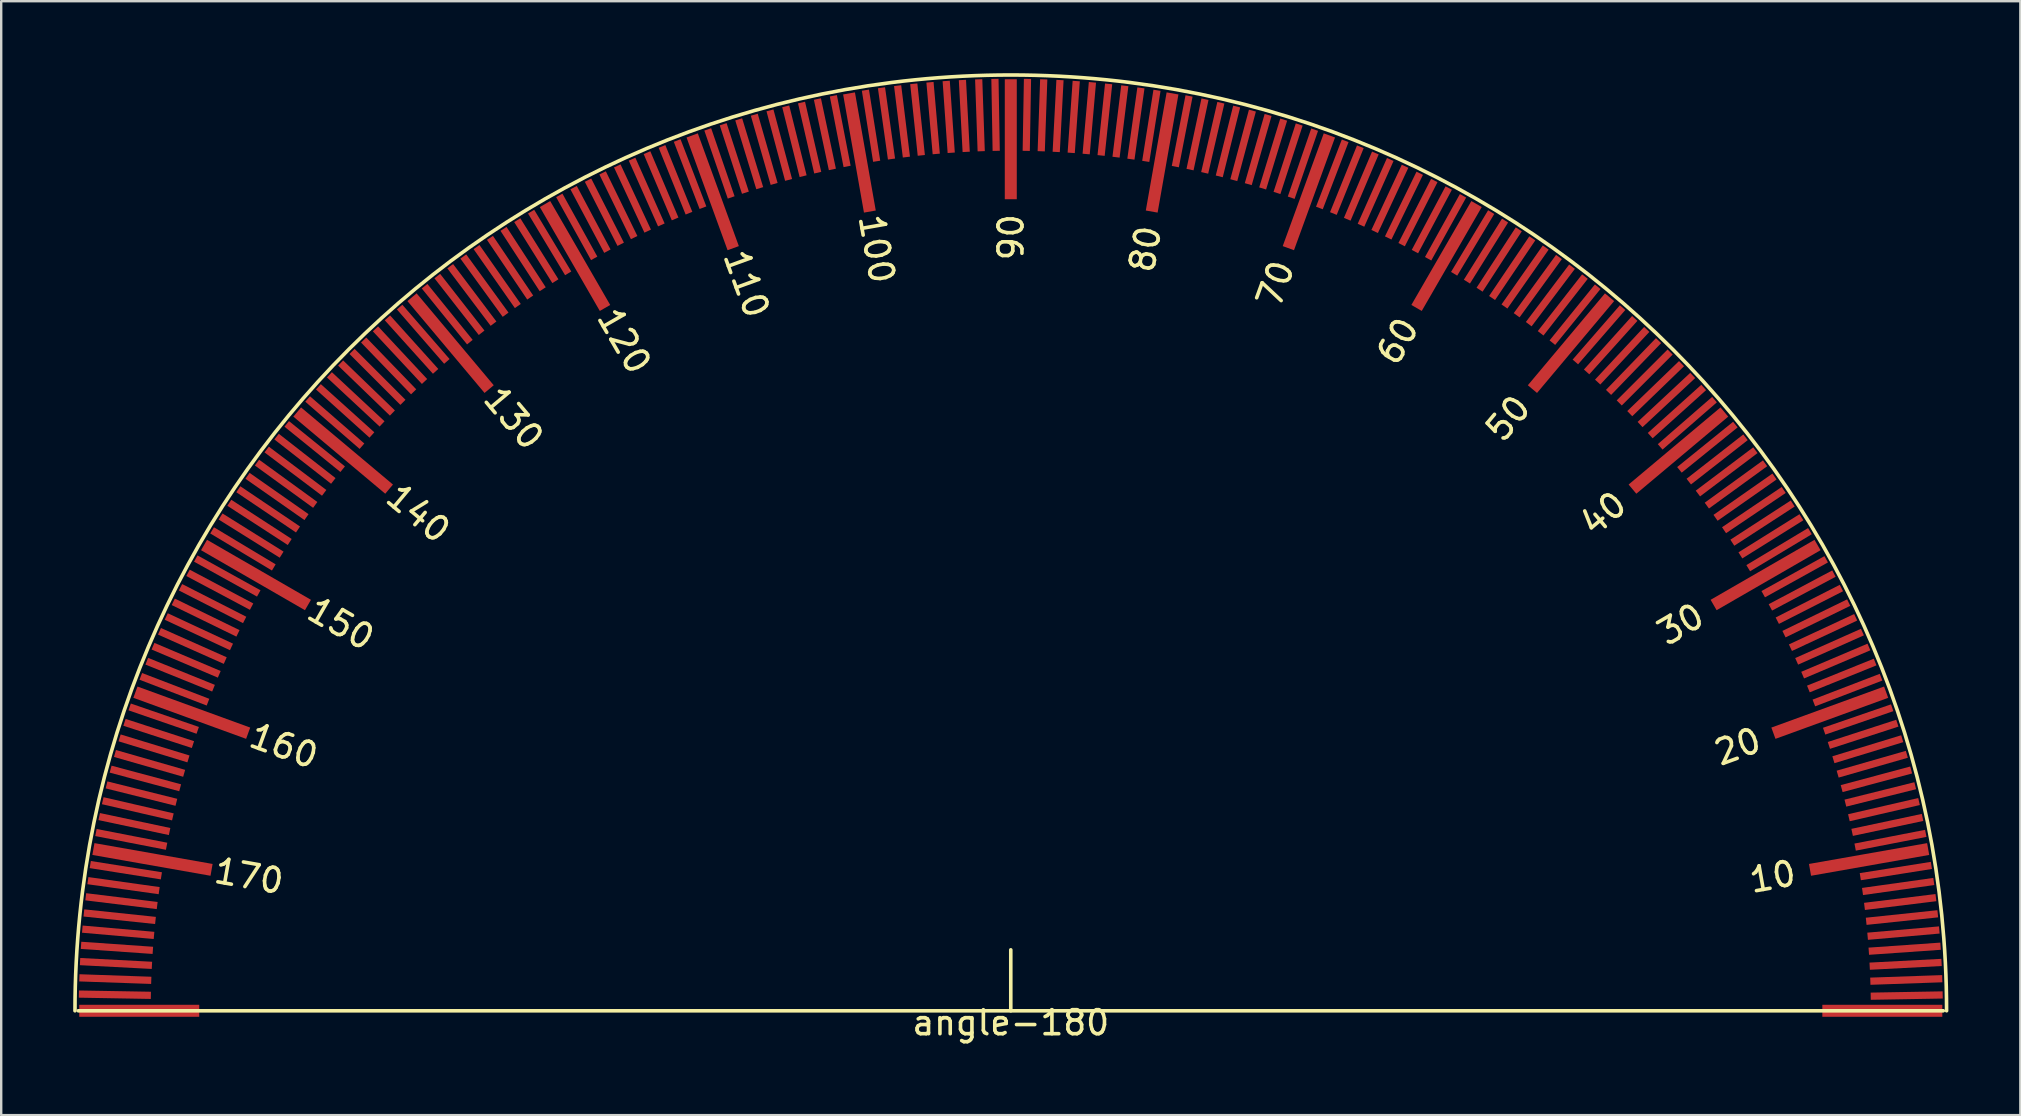
<source format=kicad_pcb>
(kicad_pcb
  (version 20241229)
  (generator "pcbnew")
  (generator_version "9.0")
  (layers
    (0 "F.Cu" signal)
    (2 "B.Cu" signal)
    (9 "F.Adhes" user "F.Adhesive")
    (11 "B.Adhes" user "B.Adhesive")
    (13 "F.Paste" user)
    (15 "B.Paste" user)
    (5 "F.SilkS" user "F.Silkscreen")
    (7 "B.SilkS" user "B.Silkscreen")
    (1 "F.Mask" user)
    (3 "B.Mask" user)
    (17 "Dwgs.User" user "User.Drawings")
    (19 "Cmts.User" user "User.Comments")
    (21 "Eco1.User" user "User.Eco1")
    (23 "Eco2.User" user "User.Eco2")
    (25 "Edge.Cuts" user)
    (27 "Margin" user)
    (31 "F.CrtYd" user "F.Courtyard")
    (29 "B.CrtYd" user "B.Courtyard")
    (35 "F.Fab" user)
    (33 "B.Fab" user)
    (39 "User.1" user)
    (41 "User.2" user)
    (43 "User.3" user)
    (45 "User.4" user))
  (footprint "angle-180"
    (layer "F.Cu")
    (at 39.075 39.075)
    (property "Reference" "angle-180" (at 0 0.5 0) (layer "F.SilkS") (effects (font (size 1 1) (thickness 0.15))))
    (attr through_hole)
    (fp_line (start 0 0) (end 0 -2.54) (stroke (width 0.15) (type solid)) (layer "F.SilkS"))
    (fp_line (start 38.862 0) (end -38.862 0) (stroke (width 0.15) (type solid)) (layer "F.SilkS"))
    (fp_arc (start -39 0) (mid 0 -39) (end 39 0) (stroke (width 0.15) (type solid)) (layer "F.SilkS"))
    (fp_text user "40" (at 24.702 -20.714 40) (layer "F.SilkS") (effects (font (size 1 1) (thickness 0.15))))
    (fp_text user "50" (at 20.73 -24.689 50) (layer "F.SilkS") (effects (font (size 1 1) (thickness 0.15))))
    (fp_text user "30" (at 27.924 -16.11 30) (layer "F.SilkS") (effects (font (size 1 1) (thickness 0.15))))
    (fp_text user "100" (at -5.588 -31.75 100) (layer "F.SilkS") (effects (font (size 1 1) (thickness 0.15))))
    (fp_text user "130" (at -20.714 -24.702 130) (layer "F.SilkS") (effects (font (size 1 1) (thickness 0.15))))
    (fp_text user "90" (at 0.01 -32.238 90) (layer "F.SilkS") (effects (font (size 1 1) (thickness 0.15))))
    (fp_text user "140" (at -24.689 -20.73 140) (layer "F.SilkS") (effects (font (size 1 1) (thickness 0.15))))
    (fp_text user "150" (at -27.914 -16.128 150) (layer "F.SilkS") (effects (font (size 1 1) (thickness 0.15))))
    (fp_text user "120" (at -16.11 -27.924 120) (layer "F.SilkS") (effects (font (size 1 1) (thickness 0.15))))
    (fp_text user "10" (at 31.75 -5.588 10) (layer "F.SilkS") (effects (font (size 1 1) (thickness 0.15))))
    (fp_text user "70" (at 11.036 -30.29 70) (layer "F.SilkS") (effects (font (size 1 1) (thickness 0.15))))
    (fp_text user "20" (at 30.297 -11.016 20) (layer "F.SilkS") (effects (font (size 1 1) (thickness 0.15))))
    (fp_text user "170" (at -31.746 -5.608 170) (layer "F.SilkS") (effects (font (size 1 1) (thickness 0.15))))
    (fp_text user "160" (at -30.29 -11.036 160) (layer "F.SilkS") (effects (font (size 1 1) (thickness 0.15))))
    (fp_text user "80" (at 5.608 -31.746 80) (layer "F.SilkS") (effects (font (size 1 1) (thickness 0.15))))
    (fp_text user "60" (at 16.128 -27.914 60) (layer "F.SilkS") (effects (font (size 1 1) (thickness 0.15))))
    (fp_text user "110" (at -11.016 -30.297 110) (layer "F.SilkS") (effects (font (size 1 1) (thickness 0.15))))
    (pad "2" smd rect (at 36.322 0) (size 5 0.5) (layers "F.Cu" "F.Mask" "F.Paste"))
    (pad "3" smd rect (at -36.322 0 180) (size 5 0.5) (layers "F.Cu" "F.Mask" "F.Paste"))
    (pad "3" smd rect (at -35.77 -6.307 170) (size 5 0.5) (layers "F.Cu" "F.Mask" "F.Paste"))
    (pad "3" smd rect (at -34.132 -12.423 160) (size 5 0.5) (layers "F.Cu" "F.Mask" "F.Paste"))
    (pad "3" smd rect (at -31.456 -18.161 150) (size 5 0.5) (layers "F.Cu" "F.Mask" "F.Paste"))
    (pad "3" smd rect (at -27.824 -23.347 140) (size 5 0.5) (layers "F.Cu" "F.Mask" "F.Paste"))
    (pad "3" smd rect (at -23.347 -27.824 130) (size 5 0.5) (layers "F.Cu" "F.Mask" "F.Paste"))
    (pad "3" smd rect (at -18.161 -31.456 120) (size 5 0.5) (layers "F.Cu" "F.Mask" "F.Paste"))
    (pad "3" smd rect (at -12.423 -34.132 110) (size 5 0.5) (layers "F.Cu" "F.Mask" "F.Paste"))
    (pad "3" smd rect (at -6.307 -35.77 100) (size 5 0.5) (layers "F.Cu" "F.Mask" "F.Paste"))
    (pad "3" smd rect (at 0 -36.322 90) (size 5 0.5) (layers "F.Cu" "F.Mask" "F.Paste"))
    (pad "3" smd rect (at 6.307 -35.77 80) (size 5 0.5) (layers "F.Cu" "F.Mask" "F.Paste"))
    (pad "3" smd rect (at 12.423 -34.132 70) (size 5 0.5) (layers "F.Cu" "F.Mask" "F.Paste"))
    (pad "3" smd rect (at 18.161 -31.456 60) (size 5 0.5) (layers "F.Cu" "F.Mask" "F.Paste"))
    (pad "3" smd rect (at 23.347 -27.824 50) (size 5 0.5) (layers "F.Cu" "F.Mask" "F.Paste"))
    (pad "3" smd rect (at 27.824 -23.347 40) (size 5 0.5) (layers "F.Cu" "F.Mask" "F.Paste"))
    (pad "3" smd rect (at 31.456 -18.161 30) (size 5 0.5) (layers "F.Cu" "F.Mask" "F.Paste"))
    (pad "3" smd rect (at 34.132 -12.423 20) (size 5 0.5) (layers "F.Cu" "F.Mask" "F.Paste"))
    (pad "3" smd rect (at 35.77 -6.307 10) (size 5 0.5) (layers "F.Cu" "F.Mask" "F.Paste"))
    (pad "4" smd rect (at 37.338 -0.634 1) (size 3 0.3) (layers "F.Cu" "F.Mask" "F.Paste"))
    (pad "5" smd rect (at 36.886 -5.824 9) (size 3 0.3) (layers "F.Cu" "F.Mask" "F.Paste"))
    (pad "5" smd rect (at 36.982 -5.18 8) (size 3 0.3) (layers "F.Cu" "F.Mask" "F.Paste"))
    (pad "5" smd rect (at 37.067 -4.533 7) (size 3 0.3) (layers "F.Cu" "F.Mask" "F.Paste"))
    (pad "5" smd rect (at 37.141 -3.886 6) (size 3 0.3) (layers "F.Cu" "F.Mask" "F.Paste"))
    (pad "5" smd rect (at 37.203 -3.237 5) (size 3 0.3) (layers "F.Cu" "F.Mask" "F.Paste"))
    (pad "5" smd rect (at 37.254 -2.587 4) (size 3 0.3) (layers "F.Cu" "F.Mask" "F.Paste"))
    (pad "5" smd rect (at 37.293 -1.937 3) (size 3 0.3) (layers "F.Cu" "F.Mask" "F.Paste"))
    (pad "5" smd rect (at 37.321 -1.285 2) (size 3 0.3) (layers "F.Cu" "F.Mask" "F.Paste"))
    (pad "6" smd rect (at -37.337 -0.67 179) (size 3 0.3) (layers "F.Cu" "F.Mask" "F.Paste"))
    (pad "6" smd rect (at -37.32 -1.321 178) (size 3 0.3) (layers "F.Cu" "F.Mask" "F.Paste"))
    (pad "6" smd rect (at -37.291 -1.972 177) (size 3 0.3) (layers "F.Cu" "F.Mask" "F.Paste"))
    (pad "6" smd rect (at -37.251 -2.623 176) (size 3 0.3) (layers "F.Cu" "F.Mask" "F.Paste"))
    (pad "6" smd rect (at -37.2 -3.272 175) (size 3 0.3) (layers "F.Cu" "F.Mask" "F.Paste"))
    (pad "6" smd rect (at -37.137 -3.921 174) (size 3 0.3) (layers "F.Cu" "F.Mask" "F.Paste"))
    (pad "6" smd rect (at -37.063 -4.569 173) (size 3 0.3) (layers "F.Cu" "F.Mask" "F.Paste"))
    (pad "6" smd rect (at -36.977 -5.215 172) (size 3 0.3) (layers "F.Cu" "F.Mask" "F.Paste"))
    (pad "6" smd rect (at -36.881 -5.859 171) (size 3 0.3) (layers "F.Cu" "F.Mask" "F.Paste"))
    (pad "6" smd rect (at -36.654 -7.143 169) (size 3 0.3) (layers "F.Cu" "F.Mask" "F.Paste"))
    (pad "6" smd rect (at -36.524 -7.782 168) (size 3 0.3) (layers "F.Cu" "F.Mask" "F.Paste"))
    (pad "6" smd rect (at -36.382 -8.418 167) (size 3 0.3) (layers "F.Cu" "F.Mask" "F.Paste"))
    (pad "6" smd rect (at -36.23 -9.051 166) (size 3 0.3) (layers "F.Cu" "F.Mask" "F.Paste"))
    (pad "6" smd rect (at -36.066 -9.682 165) (size 3 0.3) (layers "F.Cu" "F.Mask" "F.Paste"))
    (pad "6" smd rect (at -35.892 -10.31 164) (size 3 0.3) (layers "F.Cu" "F.Mask" "F.Paste"))
    (pad "6" smd rect (at -35.706 -10.935 163) (size 3 0.3) (layers "F.Cu" "F.Mask" "F.Paste"))
    (pad "6" smd rect (at -35.51 -11.557 162) (size 3 0.3) (layers "F.Cu" "F.Mask" "F.Paste"))
    (pad "6" smd rect (at -35.303 -12.175 161) (size 3 0.3) (layers "F.Cu" "F.Mask" "F.Paste"))
    (pad "6" smd rect (at -34.857 -13.399 159) (size 3 0.3) (layers "F.Cu" "F.Mask" "F.Paste"))
    (pad "6" smd rect (at -34.617 -14.006 158) (size 3 0.3) (layers "F.Cu" "F.Mask" "F.Paste"))
    (pad "6" smd rect (at -34.368 -14.608 157) (size 3 0.3) (layers "F.Cu" "F.Mask" "F.Paste"))
    (pad "6" smd rect (at -34.108 -15.205 156) (size 3 0.3) (layers "F.Cu" "F.Mask" "F.Paste"))
    (pad "6" smd rect (at -33.837 -15.798 155) (size 3 0.3) (layers "F.Cu" "F.Mask" "F.Paste"))
    (pad "6" smd rect (at -33.556 -16.386 154) (size 3 0.3) (layers "F.Cu" "F.Mask" "F.Paste"))
    (pad "6" smd rect (at -33.265 -16.969 153) (size 3 0.3) (layers "F.Cu" "F.Mask" "F.Paste"))
    (pad "6" smd rect (at -32.964 -17.547 152) (size 3 0.3) (layers "F.Cu" "F.Mask" "F.Paste"))
    (pad "6" smd rect (at -32.653 -18.12 151) (size 3 0.3) (layers "F.Cu" "F.Mask" "F.Paste"))
    (pad "6" smd rect (at -32 -19.249 149) (size 3 0.3) (layers "F.Cu" "F.Mask" "F.Paste"))
    (pad "6" smd rect (at -31.66 -19.804 148) (size 3 0.3) (layers "F.Cu" "F.Mask" "F.Paste"))
    (pad "6" smd rect (at -31.309 -20.354 147) (size 3 0.3) (layers "F.Cu" "F.Mask" "F.Paste"))
    (pad "6" smd rect (at -30.949 -20.897 146) (size 3 0.3) (layers "F.Cu" "F.Mask" "F.Paste"))
    (pad "6" smd rect (at -30.58 -21.434 145) (size 3 0.3) (layers "F.Cu" "F.Mask" "F.Paste"))
    (pad "6" smd rect (at -30.201 -21.964 144) (size 3 0.3) (layers "F.Cu" "F.Mask" "F.Paste"))
    (pad "6" smd rect (at -29.813 -22.488 143) (size 3 0.3) (layers "F.Cu" "F.Mask" "F.Paste"))
    (pad "6" smd rect (at -29.416 -23.005 142) (size 3 0.3) (layers "F.Cu" "F.Mask" "F.Paste"))
    (pad "6" smd rect (at -29.01 -23.515 141) (size 3 0.3) (layers "F.Cu" "F.Mask" "F.Paste"))
    (pad "6" smd rect (at -28.172 -24.513 139) (size 3 0.3) (layers "F.Cu" "F.Mask" "F.Paste"))
    (pad "6" smd rect (at -27.74 -25.001 138) (size 3 0.3) (layers "F.Cu" "F.Mask" "F.Paste"))
    (pad "6" smd rect (at -27.299 -25.481 137) (size 3 0.3) (layers "F.Cu" "F.Mask" "F.Paste"))
    (pad "6" smd rect (at -26.85 -25.954 136) (size 3 0.3) (layers "F.Cu" "F.Mask" "F.Paste"))
    (pad "6" smd rect (at -26.393 -26.418 135) (size 3 0.3) (layers "F.Cu" "F.Mask" "F.Paste"))
    (pad "6" smd rect (at -25.928 -26.875 134) (size 3 0.3) (layers "F.Cu" "F.Mask" "F.Paste"))
    (pad "6" smd rect (at -25.455 -27.323 133) (size 3 0.3) (layers "F.Cu" "F.Mask" "F.Paste"))
    (pad "6" smd rect (at -24.974 -27.763 132) (size 3 0.3) (layers "F.Cu" "F.Mask" "F.Paste"))
    (pad "6" smd rect (at -24.486 -28.195 131) (size 3 0.3) (layers "F.Cu" "F.Mask" "F.Paste"))
    (pad "6" smd rect (at -23.487 -29.032 129) (size 3 0.3) (layers "F.Cu" "F.Mask" "F.Paste"))
    (pad "6" smd rect (at -22.977 -29.438 128) (size 3 0.3) (layers "F.Cu" "F.Mask" "F.Paste"))
    (pad "6" smd rect (at -22.46 -29.834 127) (size 3 0.3) (layers "F.Cu" "F.Mask" "F.Paste"))
    (pad "6" smd rect (at -21.935 -30.222 126) (size 3 0.3) (layers "F.Cu" "F.Mask" "F.Paste"))
    (pad "6" smd rect (at -21.405 -30.6 125) (size 3 0.3) (layers "F.Cu" "F.Mask" "F.Paste"))
    (pad "6" smd rect (at -20.867 -30.969 124) (size 3 0.3) (layers "F.Cu" "F.Mask" "F.Paste"))
    (pad "6" smd rect (at -20.324 -31.329 123) (size 3 0.3) (layers "F.Cu" "F.Mask" "F.Paste"))
    (pad "6" smd rect (at -19.774 -31.678 122) (size 3 0.3) (layers "F.Cu" "F.Mask" "F.Paste"))
    (pad "6" smd rect (at -19.218 -32.019 121) (size 3 0.3) (layers "F.Cu" "F.Mask" "F.Paste"))
    (pad "6" smd rect (at -18.089 -32.67 119) (size 3 0.3) (layers "F.Cu" "F.Mask" "F.Paste"))
    (pad "6" smd rect (at -17.516 -32.981 118) (size 3 0.3) (layers "F.Cu" "F.Mask" "F.Paste"))
    (pad "6" smd rect (at -16.938 -33.281 117) (size 3 0.3) (layers "F.Cu" "F.Mask" "F.Paste"))
    (pad "6" smd rect (at -16.354 -33.572 116) (size 3 0.3) (layers "F.Cu" "F.Mask" "F.Paste"))
    (pad "6" smd rect (at -15.766 -33.852 115) (size 3 0.3) (layers "F.Cu" "F.Mask" "F.Paste"))
    (pad "6" smd rect (at -15.173 -34.122 114) (size 3 0.3) (layers "F.Cu" "F.Mask" "F.Paste"))
    (pad "6" smd rect (at -14.575 -34.382 113) (size 3 0.3) (layers "F.Cu" "F.Mask" "F.Paste"))
    (pad "6" smd rect (at -13.973 -34.631 112) (size 3 0.3) (layers "F.Cu" "F.Mask" "F.Paste"))
    (pad "6" smd rect (at -13.366 -34.869 111) (size 3 0.3) (layers "F.Cu" "F.Mask" "F.Paste"))
    (pad "6" smd rect (at -12.141 -35.315 109) (size 3 0.3) (layers "F.Cu" "F.Mask" "F.Paste"))
    (pad "6" smd rect (at -11.523 -35.521 108) (size 3 0.3) (layers "F.Cu" "F.Mask" "F.Paste"))
    (pad "6" smd rect (at -10.901 -35.717 107) (size 3 0.3) (layers "F.Cu" "F.Mask" "F.Paste"))
    (pad "6" smd rect (at -10.276 -35.902 106) (size 3 0.3) (layers "F.Cu" "F.Mask" "F.Paste"))
    (pad "6" smd rect (at -9.648 -36.076 105) (size 3 0.3) (layers "F.Cu" "F.Mask" "F.Paste"))
    (pad "6" smd rect (at -9.017 -36.238 104) (size 3 0.3) (layers "F.Cu" "F.Mask" "F.Paste"))
    (pad "6" smd rect (at -8.383 -36.39 103) (size 3 0.3) (layers "F.Cu" "F.Mask" "F.Paste"))
    (pad "6" smd rect (at -7.747 -36.531 102) (size 3 0.3) (layers "F.Cu" "F.Mask" "F.Paste"))
    (pad "6" smd rect (at -7.108 -36.661 101) (size 3 0.3) (layers "F.Cu" "F.Mask" "F.Paste"))
    (pad "6" smd rect (at -5.824 -36.886 99) (size 3 0.3) (layers "F.Cu" "F.Mask" "F.Paste"))
    (pad "6" smd rect (at -5.18 -36.982 98) (size 3 0.3) (layers "F.Cu" "F.Mask" "F.Paste"))
    (pad "6" smd rect (at -4.533 -37.067 97) (size 3 0.3) (layers "F.Cu" "F.Mask" "F.Paste"))
    (pad "6" smd rect (at -3.886 -37.141 96) (size 3 0.3) (layers "F.Cu" "F.Mask" "F.Paste"))
    (pad "6" smd rect (at -3.237 -37.203 95) (size 3 0.3) (layers "F.Cu" "F.Mask" "F.Paste"))
    (pad "6" smd rect (at -2.587 -37.254 94) (size 3 0.3) (layers "F.Cu" "F.Mask" "F.Paste"))
    (pad "6" smd rect (at -1.937 -37.293 93) (size 3 0.3) (layers "F.Cu" "F.Mask" "F.Paste"))
    (pad "6" smd rect (at -1.285 -37.321 92) (size 3 0.3) (layers "F.Cu" "F.Mask" "F.Paste"))
    (pad "6" smd rect (at -0.634 -37.338 91) (size 3 0.3) (layers "F.Cu" "F.Mask" "F.Paste"))
    (pad "6" smd rect (at 0.67 -37.337 89) (size 3 0.3) (layers "F.Cu" "F.Mask" "F.Paste"))
    (pad "6" smd rect (at 1.321 -37.32 88) (size 3 0.3) (layers "F.Cu" "F.Mask" "F.Paste"))
    (pad "6" smd rect (at 1.972 -37.291 87) (size 3 0.3) (layers "F.Cu" "F.Mask" "F.Paste"))
    (pad "6" smd rect (at 2.623 -37.251 86) (size 3 0.3) (layers "F.Cu" "F.Mask" "F.Paste"))
    (pad "6" smd rect (at 3.272 -37.2 85) (size 3 0.3) (layers "F.Cu" "F.Mask" "F.Paste"))
    (pad "6" smd rect (at 3.921 -37.137 84) (size 3 0.3) (layers "F.Cu" "F.Mask" "F.Paste"))
    (pad "6" smd rect (at 4.569 -37.063 83) (size 3 0.3) (layers "F.Cu" "F.Mask" "F.Paste"))
    (pad "6" smd rect (at 5.215 -36.977 82) (size 3 0.3) (layers "F.Cu" "F.Mask" "F.Paste"))
    (pad "6" smd rect (at 5.859 -36.881 81) (size 3 0.3) (layers "F.Cu" "F.Mask" "F.Paste"))
    (pad "6" smd rect (at 7.143 -36.654 79) (size 3 0.3) (layers "F.Cu" "F.Mask" "F.Paste"))
    (pad "6" smd rect (at 7.782 -36.524 78) (size 3 0.3) (layers "F.Cu" "F.Mask" "F.Paste"))
    (pad "6" smd rect (at 8.418 -36.382 77) (size 3 0.3) (layers "F.Cu" "F.Mask" "F.Paste"))
    (pad "6" smd rect (at 9.051 -36.23 76) (size 3 0.3) (layers "F.Cu" "F.Mask" "F.Paste"))
    (pad "6" smd rect (at 9.682 -36.066 75) (size 3 0.3) (layers "F.Cu" "F.Mask" "F.Paste"))
    (pad "6" smd rect (at 10.31 -35.892 74) (size 3 0.3) (layers "F.Cu" "F.Mask" "F.Paste"))
    (pad "6" smd rect (at 10.935 -35.706 73) (size 3 0.3) (layers "F.Cu" "F.Mask" "F.Paste"))
    (pad "6" smd rect (at 11.557 -35.51 72) (size 3 0.3) (layers "F.Cu" "F.Mask" "F.Paste"))
    (pad "6" smd rect (at 12.175 -35.303 71) (size 3 0.3) (layers "F.Cu" "F.Mask" "F.Paste"))
    (pad "6" smd rect (at 13.399 -34.857 69) (size 3 0.3) (layers "F.Cu" "F.Mask" "F.Paste"))
    (pad "6" smd rect (at 14.006 -34.617 68) (size 3 0.3) (layers "F.Cu" "F.Mask" "F.Paste"))
    (pad "6" smd rect (at 14.608 -34.368 67) (size 3 0.3) (layers "F.Cu" "F.Mask" "F.Paste"))
    (pad "6" smd rect (at 15.205 -34.108 66) (size 3 0.3) (layers "F.Cu" "F.Mask" "F.Paste"))
    (pad "6" smd rect (at 15.798 -33.837 65) (size 3 0.3) (layers "F.Cu" "F.Mask" "F.Paste"))
    (pad "6" smd rect (at 16.386 -33.556 64) (size 3 0.3) (layers "F.Cu" "F.Mask" "F.Paste"))
    (pad "6" smd rect (at 16.969 -33.265 63) (size 3 0.3) (layers "F.Cu" "F.Mask" "F.Paste"))
    (pad "6" smd rect (at 17.547 -32.964 62) (size 3 0.3) (layers "F.Cu" "F.Mask" "F.Paste"))
    (pad "6" smd rect (at 18.12 -32.653 61) (size 3 0.3) (layers "F.Cu" "F.Mask" "F.Paste"))
    (pad "6" smd rect (at 19.249 -32 59) (size 3 0.3) (layers "F.Cu" "F.Mask" "F.Paste"))
    (pad "6" smd rect (at 19.804 -31.66 58) (size 3 0.3) (layers "F.Cu" "F.Mask" "F.Paste"))
    (pad "6" smd rect (at 20.354 -31.309 57) (size 3 0.3) (layers "F.Cu" "F.Mask" "F.Paste"))
    (pad "6" smd rect (at 20.897 -30.949 56) (size 3 0.3) (layers "F.Cu" "F.Mask" "F.Paste"))
    (pad "6" smd rect (at 21.434 -30.58 55) (size 3 0.3) (layers "F.Cu" "F.Mask" "F.Paste"))
    (pad "6" smd rect (at 21.964 -30.201 54) (size 3 0.3) (layers "F.Cu" "F.Mask" "F.Paste"))
    (pad "6" smd rect (at 22.488 -29.813 53) (size 3 0.3) (layers "F.Cu" "F.Mask" "F.Paste"))
    (pad "6" smd rect (at 23.005 -29.416 52) (size 3 0.3) (layers "F.Cu" "F.Mask" "F.Paste"))
    (pad "6" smd rect (at 23.515 -29.01 51) (size 3 0.3) (layers "F.Cu" "F.Mask" "F.Paste"))
    (pad "6" smd rect (at 24.513 -28.172 49) (size 3 0.3) (layers "F.Cu" "F.Mask" "F.Paste"))
    (pad "6" smd rect (at 25.001 -27.74 48) (size 3 0.3) (layers "F.Cu" "F.Mask" "F.Paste"))
    (pad "6" smd rect (at 25.481 -27.299 47) (size 3 0.3) (layers "F.Cu" "F.Mask" "F.Paste"))
    (pad "6" smd rect (at 25.954 -26.85 46) (size 3 0.3) (layers "F.Cu" "F.Mask" "F.Paste"))
    (pad "6" smd rect (at 26.418 -26.393 45) (size 3 0.3) (layers "F.Cu" "F.Mask" "F.Paste"))
    (pad "6" smd rect (at 26.875 -25.928 44) (size 3 0.3) (layers "F.Cu" "F.Mask" "F.Paste"))
    (pad "6" smd rect (at 27.323 -25.455 43) (size 3 0.3) (layers "F.Cu" "F.Mask" "F.Paste"))
    (pad "6" smd rect (at 27.763 -24.974 42) (size 3 0.3) (layers "F.Cu" "F.Mask" "F.Paste"))
    (pad "6" smd rect (at 28.195 -24.486 41) (size 3 0.3) (layers "F.Cu" "F.Mask" "F.Paste"))
    (pad "6" smd rect (at 29.032 -23.487 39) (size 3 0.3) (layers "F.Cu" "F.Mask" "F.Paste"))
    (pad "6" smd rect (at 29.438 -22.977 38) (size 3 0.3) (layers "F.Cu" "F.Mask" "F.Paste"))
    (pad "6" smd rect (at 29.834 -22.46 37) (size 3 0.3) (layers "F.Cu" "F.Mask" "F.Paste"))
    (pad "6" smd rect (at 30.222 -21.935 36) (size 3 0.3) (layers "F.Cu" "F.Mask" "F.Paste"))
    (pad "6" smd rect (at 30.6 -21.405 35) (size 3 0.3) (layers "F.Cu" "F.Mask" "F.Paste"))
    (pad "6" smd rect (at 30.969 -20.867 34) (size 3 0.3) (layers "F.Cu" "F.Mask" "F.Paste"))
    (pad "6" smd rect (at 31.329 -20.324 33) (size 3 0.3) (layers "F.Cu" "F.Mask" "F.Paste"))
    (pad "6" smd rect (at 31.678 -19.774 32) (size 3 0.3) (layers "F.Cu" "F.Mask" "F.Paste"))
    (pad "6" smd rect (at 32.019 -19.218 31) (size 3 0.3) (layers "F.Cu" "F.Mask" "F.Paste"))
    (pad "6" smd rect (at 32.67 -18.089 29) (size 3 0.3) (layers "F.Cu" "F.Mask" "F.Paste"))
    (pad "6" smd rect (at 32.981 -17.516 28) (size 3 0.3) (layers "F.Cu" "F.Mask" "F.Paste"))
    (pad "6" smd rect (at 33.281 -16.938 27) (size 3 0.3) (layers "F.Cu" "F.Mask" "F.Paste"))
    (pad "6" smd rect (at 33.572 -16.354 26) (size 3 0.3) (layers "F.Cu" "F.Mask" "F.Paste"))
    (pad "6" smd rect (at 33.852 -15.766 25) (size 3 0.3) (layers "F.Cu" "F.Mask" "F.Paste"))
    (pad "6" smd rect (at 34.122 -15.173 24) (size 3 0.3) (layers "F.Cu" "F.Mask" "F.Paste"))
    (pad "6" smd rect (at 34.382 -14.575 23) (size 3 0.3) (layers "F.Cu" "F.Mask" "F.Paste"))
    (pad "6" smd rect (at 34.631 -13.973 22) (size 3 0.3) (layers "F.Cu" "F.Mask" "F.Paste"))
    (pad "6" smd rect (at 34.869 -13.366 21) (size 3 0.3) (layers "F.Cu" "F.Mask" "F.Paste"))
    (pad "6" smd rect (at 35.315 -12.141 19) (size 3 0.3) (layers "F.Cu" "F.Mask" "F.Paste"))
    (pad "6" smd rect (at 35.521 -11.523 18) (size 3 0.3) (layers "F.Cu" "F.Mask" "F.Paste"))
    (pad "6" smd rect (at 35.717 -10.901 17) (size 3 0.3) (layers "F.Cu" "F.Mask" "F.Paste"))
    (pad "6" smd rect (at 35.902 -10.276 16) (size 3 0.3) (layers "F.Cu" "F.Mask" "F.Paste"))
    (pad "6" smd rect (at 36.076 -9.648 15) (size 3 0.3) (layers "F.Cu" "F.Mask" "F.Paste"))
    (pad "6" smd rect (at 36.238 -9.017 14) (size 3 0.3) (layers "F.Cu" "F.Mask" "F.Paste"))
    (pad "6" smd rect (at 36.39 -8.383 13) (size 3 0.3) (layers "F.Cu" "F.Mask" "F.Paste"))
    (pad "6" smd rect (at 36.531 -7.747 12) (size 3 0.3) (layers "F.Cu" "F.Mask" "F.Paste"))
    (pad "6" smd rect (at 36.661 -7.108 11) (size 3 0.3) (layers "F.Cu" "F.Mask" "F.Paste")))
  (gr_rect
    (start -3 -3)
    (end 81.15 43.423)
    (stroke (width 0.1) (type default))
    (fill no)
    (layer "Edge.Cuts")))
</source>
